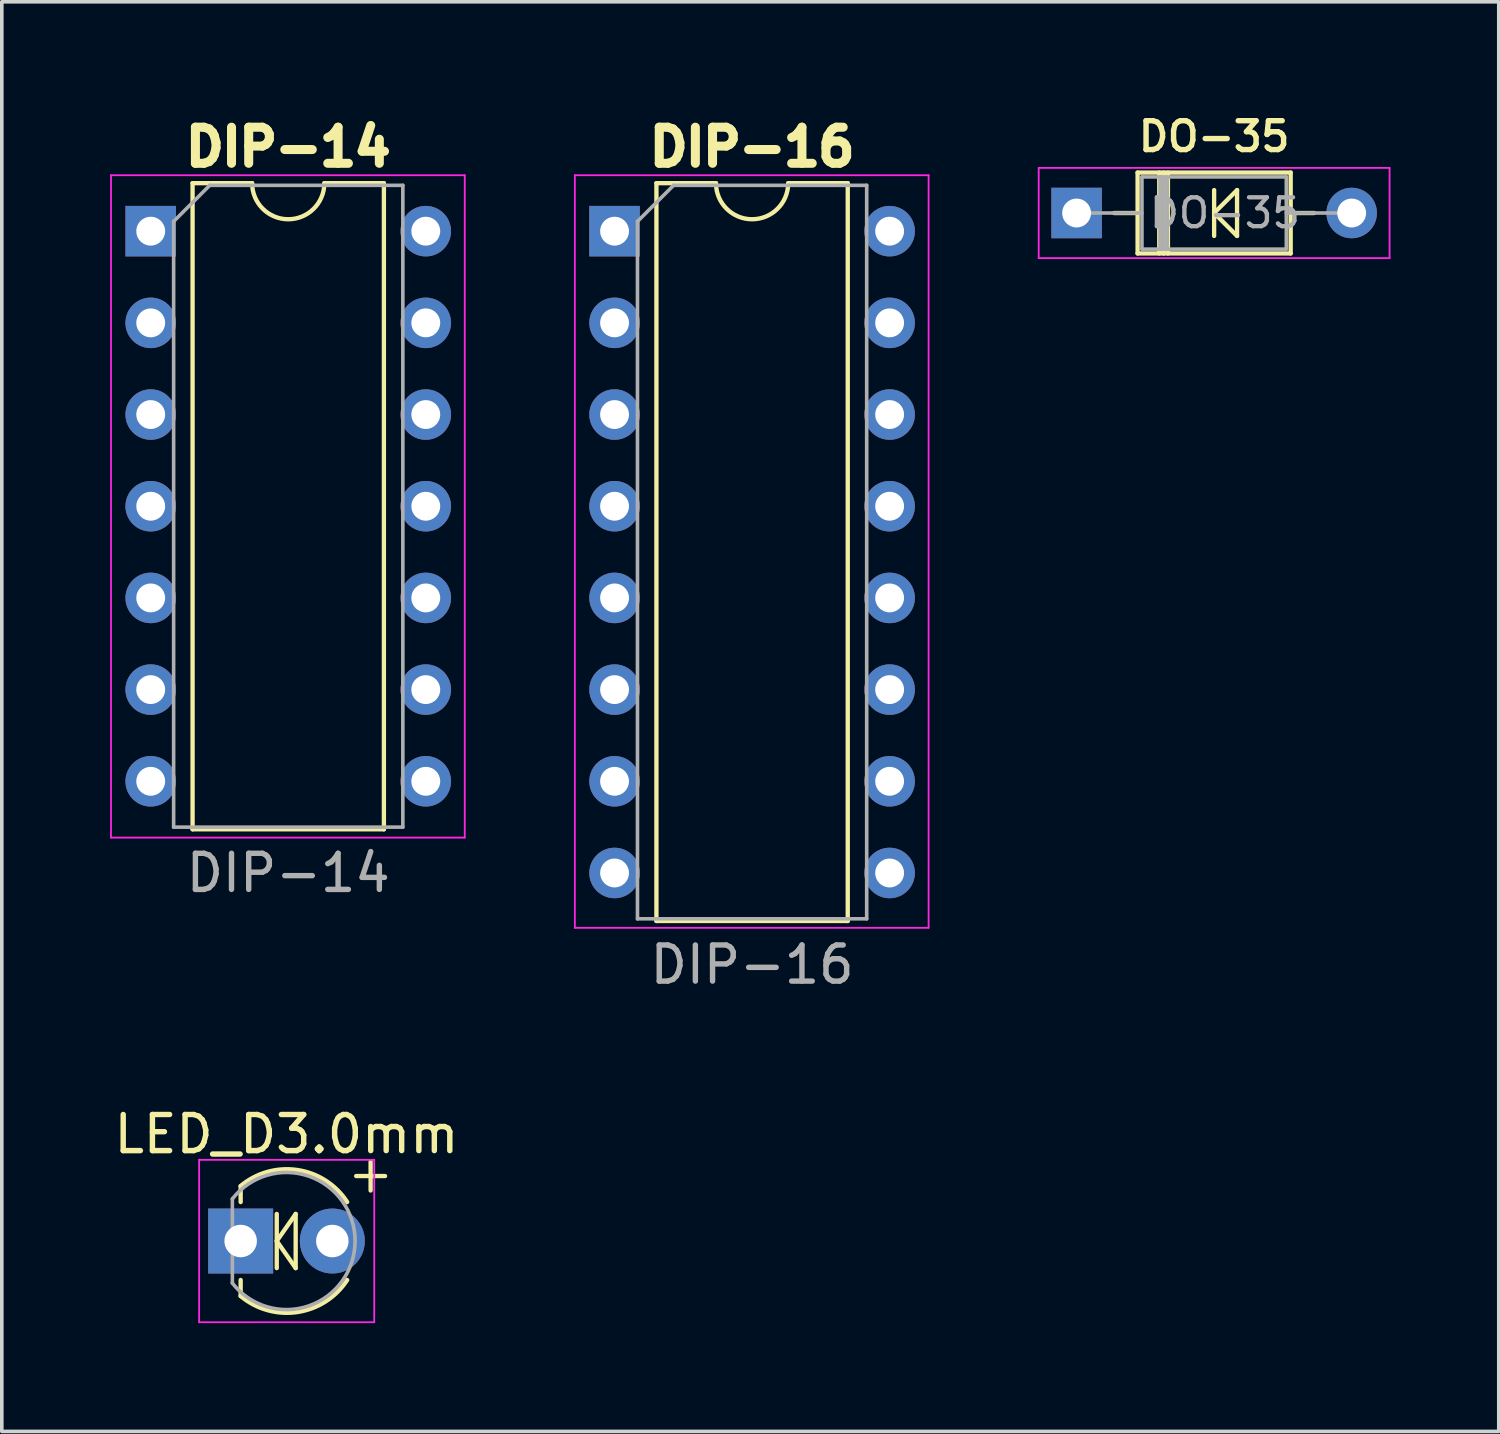
<source format=kicad_pcb>
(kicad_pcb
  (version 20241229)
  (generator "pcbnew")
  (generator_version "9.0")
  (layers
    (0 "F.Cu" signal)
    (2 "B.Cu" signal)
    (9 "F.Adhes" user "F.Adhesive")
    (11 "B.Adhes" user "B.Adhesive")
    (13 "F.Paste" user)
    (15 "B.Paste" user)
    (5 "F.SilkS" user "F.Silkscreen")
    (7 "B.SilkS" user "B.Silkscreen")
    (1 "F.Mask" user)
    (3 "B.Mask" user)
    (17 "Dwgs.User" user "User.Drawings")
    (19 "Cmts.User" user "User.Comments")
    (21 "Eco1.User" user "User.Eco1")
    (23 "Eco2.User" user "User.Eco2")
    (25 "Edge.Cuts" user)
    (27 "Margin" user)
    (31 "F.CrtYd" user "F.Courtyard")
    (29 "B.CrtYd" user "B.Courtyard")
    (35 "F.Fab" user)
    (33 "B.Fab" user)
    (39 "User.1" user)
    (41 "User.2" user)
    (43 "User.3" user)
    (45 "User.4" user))
  (footprint "DIP-16"
    (layer "F.Cu")
    (at 13.975 3.354)
    (property "Reference" "DIP-16" (at 3.81 -2.33 0) (layer "F.SilkS") (effects (font (size 1 1) (thickness 0.25))))
    (attr through_hole)
    (fp_line (start 1.16 -1.33) (end 1.16 19.11) (stroke (width 0.12) (type solid)) (layer "F.SilkS"))
    (fp_line (start 1.16 19.11) (end 6.46 19.11) (stroke (width 0.12) (type solid)) (layer "F.SilkS"))
    (fp_line (start 2.81 -1.33) (end 1.16 -1.33) (stroke (width 0.12) (type solid)) (layer "F.SilkS"))
    (fp_line (start 6.46 -1.33) (end 4.81 -1.33) (stroke (width 0.12) (type solid)) (layer "F.SilkS"))
    (fp_line (start 6.46 19.11) (end 6.46 -1.33) (stroke (width 0.12) (type solid)) (layer "F.SilkS"))
    (fp_arc (start 4.81 -1.33) (mid 3.81 -0.33) (end 2.81 -1.33) (stroke (width 0.12) (type solid)) (layer "F.SilkS"))
    (fp_line (start -1.1 -1.55) (end -1.1 19.3) (stroke (width 0.05) (type solid)) (layer "F.CrtYd"))
    (fp_line (start -1.1 19.3) (end 8.7 19.3) (stroke (width 0.05) (type solid)) (layer "F.CrtYd"))
    (fp_line (start 8.7 -1.55) (end -1.1 -1.55) (stroke (width 0.05) (type solid)) (layer "F.CrtYd"))
    (fp_line (start 8.7 19.3) (end 8.7 -1.55) (stroke (width 0.05) (type solid)) (layer "F.CrtYd"))
    (fp_line (start 0.635 -0.27) (end 1.635 -1.27) (stroke (width 0.1) (type solid)) (layer "F.Fab"))
    (fp_line (start 0.635 19.05) (end 0.635 -0.27) (stroke (width 0.1) (type solid)) (layer "F.Fab"))
    (fp_line (start 1.635 -1.27) (end 6.985 -1.27) (stroke (width 0.1) (type solid)) (layer "F.Fab"))
    (fp_line (start 6.985 -1.27) (end 6.985 19.05) (stroke (width 0.1) (type solid)) (layer "F.Fab"))
    (fp_line (start 6.985 19.05) (end 0.635 19.05) (stroke (width 0.1) (type solid)) (layer "F.Fab"))
    (fp_text user "${REFERENCE}" (at 3.81 20.32 0) (layer "F.Fab") (effects (font (size 1 1) (thickness 0.15))))
    (pad "1" thru_hole rect (at 0 0) (size 1.4 1.4) (drill 0.8) (layers "*.Cu" "*.Mask"))
    (pad "2" thru_hole circle (at 0 2.54) (size 1.4 1.4) (drill 0.8) (layers "*.Cu" "*.Mask"))
    (pad "3" thru_hole circle (at 0 5.08) (size 1.4 1.4) (drill 0.8) (layers "*.Cu" "*.Mask"))
    (pad "4" thru_hole circle (at 0 7.62) (size 1.4 1.4) (drill 0.8) (layers "*.Cu" "*.Mask"))
    (pad "5" thru_hole circle (at 0 10.16) (size 1.4 1.4) (drill 0.8) (layers "*.Cu" "*.Mask"))
    (pad "6" thru_hole circle (at 0 12.7) (size 1.4 1.4) (drill 0.8) (layers "*.Cu" "*.Mask"))
    (pad "7" thru_hole circle (at 0 15.24) (size 1.4 1.4) (drill 0.8) (layers "*.Cu" "*.Mask"))
    (pad "8" thru_hole circle (at 0 17.78) (size 1.4 1.4) (drill 0.8) (layers "*.Cu" "*.Mask"))
    (pad "9" thru_hole circle (at 7.62 17.78) (size 1.4 1.4) (drill 0.8) (layers "*.Cu" "*.Mask"))
    (pad "10" thru_hole circle (at 7.62 15.24) (size 1.4 1.4) (drill 0.8) (layers "*.Cu" "*.Mask"))
    (pad "11" thru_hole circle (at 7.62 12.7) (size 1.4 1.4) (drill 0.8) (layers "*.Cu" "*.Mask"))
    (pad "12" thru_hole circle (at 7.62 10.16) (size 1.4 1.4) (drill 0.8) (layers "*.Cu" "*.Mask"))
    (pad "13" thru_hole circle (at 7.62 7.62) (size 1.4 1.4) (drill 0.8) (layers "*.Cu" "*.Mask"))
    (pad "14" thru_hole circle (at 7.62 5.08) (size 1.4 1.4) (drill 0.8) (layers "*.Cu" "*.Mask"))
    (pad "15" thru_hole circle (at 7.62 2.54) (size 1.4 1.4) (drill 0.8) (layers "*.Cu" "*.Mask"))
    (pad "16" thru_hole circle (at 7.62 0) (size 1.4 1.4) (drill 0.8) (layers "*.Cu" "*.Mask")))
  (footprint "DIP-14"
    (layer "F.Cu")
    (at 1.125 3.354)
    (property "Reference" "DIP-14" (at 3.81 -2.33 0) (layer "F.SilkS") (effects (font (size 1 1) (thickness 0.25))))
    (attr through_hole)
    (fp_line (start 1.16 -1.33) (end 1.16 16.57) (stroke (width 0.12) (type solid)) (layer "F.SilkS"))
    (fp_line (start 1.16 16.57) (end 6.46 16.57) (stroke (width 0.12) (type solid)) (layer "F.SilkS"))
    (fp_line (start 2.81 -1.33) (end 1.16 -1.33) (stroke (width 0.12) (type solid)) (layer "F.SilkS"))
    (fp_line (start 6.46 -1.33) (end 4.81 -1.33) (stroke (width 0.12) (type solid)) (layer "F.SilkS"))
    (fp_line (start 6.46 16.57) (end 6.46 -1.33) (stroke (width 0.12) (type solid)) (layer "F.SilkS"))
    (fp_arc (start 4.81 -1.33) (mid 3.81 -0.33) (end 2.81 -1.33) (stroke (width 0.12) (type solid)) (layer "F.SilkS"))
    (fp_line (start -1.1 -1.55) (end -1.1 16.8) (stroke (width 0.05) (type solid)) (layer "F.CrtYd"))
    (fp_line (start -1.1 16.8) (end 8.7 16.8) (stroke (width 0.05) (type solid)) (layer "F.CrtYd"))
    (fp_line (start 8.7 -1.55) (end -1.1 -1.55) (stroke (width 0.05) (type solid)) (layer "F.CrtYd"))
    (fp_line (start 8.7 16.8) (end 8.7 -1.55) (stroke (width 0.05) (type solid)) (layer "F.CrtYd"))
    (fp_line (start 0.635 -0.27) (end 1.635 -1.27) (stroke (width 0.1) (type solid)) (layer "F.Fab"))
    (fp_line (start 0.635 16.51) (end 0.635 -0.27) (stroke (width 0.1) (type solid)) (layer "F.Fab"))
    (fp_line (start 1.635 -1.27) (end 6.985 -1.27) (stroke (width 0.1) (type solid)) (layer "F.Fab"))
    (fp_line (start 6.985 -1.27) (end 6.985 16.51) (stroke (width 0.1) (type solid)) (layer "F.Fab"))
    (fp_line (start 6.985 16.51) (end 0.635 16.51) (stroke (width 0.1) (type solid)) (layer "F.Fab"))
    (fp_text user "${REFERENCE}" (at 3.81 17.78 0) (layer "F.Fab") (effects (font (size 1 1) (thickness 0.15))))
    (pad "1" thru_hole rect (at 0 0) (size 1.4 1.4) (drill 0.8) (layers "*.Cu" "*.Mask"))
    (pad "2" thru_hole circle (at 0 2.54) (size 1.4 1.4) (drill 0.8) (layers "*.Cu" "*.Mask"))
    (pad "3" thru_hole circle (at 0 5.08) (size 1.4 1.4) (drill 0.8) (layers "*.Cu" "*.Mask"))
    (pad "4" thru_hole circle (at 0 7.62) (size 1.4 1.4) (drill 0.8) (layers "*.Cu" "*.Mask"))
    (pad "5" thru_hole circle (at 0 10.16) (size 1.4 1.4) (drill 0.8) (layers "*.Cu" "*.Mask"))
    (pad "6" thru_hole circle (at 0 12.7) (size 1.4 1.4) (drill 0.8) (layers "*.Cu" "*.Mask"))
    (pad "7" thru_hole circle (at 0 15.24) (size 1.4 1.4) (drill 0.8) (layers "*.Cu" "*.Mask"))
    (pad "8" thru_hole circle (at 7.62 15.24) (size 1.4 1.4) (drill 0.8) (layers "*.Cu" "*.Mask"))
    (pad "9" thru_hole circle (at 7.62 12.7) (size 1.4 1.4) (drill 0.8) (layers "*.Cu" "*.Mask"))
    (pad "10" thru_hole circle (at 7.62 10.16) (size 1.4 1.4) (drill 0.8) (layers "*.Cu" "*.Mask"))
    (pad "11" thru_hole circle (at 7.62 7.62) (size 1.4 1.4) (drill 0.8) (layers "*.Cu" "*.Mask"))
    (pad "12" thru_hole circle (at 7.62 5.08) (size 1.4 1.4) (drill 0.8) (layers "*.Cu" "*.Mask"))
    (pad "13" thru_hole circle (at 7.62 2.54) (size 1.4 1.4) (drill 0.8) (layers "*.Cu" "*.Mask"))
    (pad "14" thru_hole circle (at 7.62 0) (size 1.4 1.4) (drill 0.8) (layers "*.Cu" "*.Mask")))
  (footprint "DO-35"
    (layer "F.Cu")
    (at 26.775 2.851)
    (property "Reference" "DO-35" (at 3.81 -2.12 0) (layer "F.SilkS") (effects (font (size 0.8 0.8) (thickness 0.15))))
    (attr through_hole)
    (fp_line (start 1.04 0) (end 1.69 0) (stroke (width 0.12) (type solid)) (layer "F.SilkS"))
    (fp_line (start 1.69 -1.12) (end 1.69 1.12) (stroke (width 0.12) (type solid)) (layer "F.SilkS"))
    (fp_line (start 1.69 1.12) (end 5.93 1.12) (stroke (width 0.12) (type solid)) (layer "F.SilkS"))
    (fp_line (start 2.29 -1.12) (end 2.29 1.12) (stroke (width 0.12) (type solid)) (layer "F.SilkS"))
    (fp_line (start 2.41 -1.12) (end 2.41 1.12) (stroke (width 0.12) (type solid)) (layer "F.SilkS"))
    (fp_line (start 2.53 -1.12) (end 2.53 1.12) (stroke (width 0.12) (type solid)) (layer "F.SilkS"))
    (fp_line (start 3.81 -0.635) (end 3.81 0.635) (stroke (width 0.12) (type solid)) (layer "F.SilkS"))
    (fp_line (start 3.81 0) (end 4.445 -0.635) (stroke (width 0.12) (type solid)) (layer "F.SilkS"))
    (fp_line (start 4.445 -0.635) (end 4.445 0.635) (stroke (width 0.12) (type solid)) (layer "F.SilkS"))
    (fp_line (start 4.445 0.635) (end 3.81 0) (stroke (width 0.12) (type solid)) (layer "F.SilkS"))
    (fp_line (start 5.93 -1.12) (end 1.69 -1.12) (stroke (width 0.12) (type solid)) (layer "F.SilkS"))
    (fp_line (start 5.93 1.12) (end 5.93 -1.12) (stroke (width 0.12) (type solid)) (layer "F.SilkS"))
    (fp_line (start 6.58 0) (end 5.93 0) (stroke (width 0.12) (type solid)) (layer "F.SilkS"))
    (fp_line (start -1.05 -1.25) (end -1.05 1.25) (stroke (width 0.05) (type solid)) (layer "F.CrtYd"))
    (fp_line (start -1.05 1.25) (end 8.67 1.25) (stroke (width 0.05) (type solid)) (layer "F.CrtYd"))
    (fp_line (start 8.67 -1.25) (end -1.05 -1.25) (stroke (width 0.05) (type solid)) (layer "F.CrtYd"))
    (fp_line (start 8.67 1.25) (end 8.67 -1.25) (stroke (width 0.05) (type solid)) (layer "F.CrtYd"))
    (fp_line (start 0 0) (end 1.81 0) (stroke (width 0.1) (type solid)) (layer "F.Fab"))
    (fp_line (start 1.81 -1) (end 1.81 1) (stroke (width 0.1) (type solid)) (layer "F.Fab"))
    (fp_line (start 1.81 1) (end 5.81 1) (stroke (width 0.1) (type solid)) (layer "F.Fab"))
    (fp_line (start 2.31 -1) (end 2.31 1) (stroke (width 0.1) (type solid)) (layer "F.Fab"))
    (fp_line (start 2.41 -1) (end 2.41 1) (stroke (width 0.1) (type solid)) (layer "F.Fab"))
    (fp_line (start 2.51 -1) (end 2.51 1) (stroke (width 0.1) (type solid)) (layer "F.Fab"))
    (fp_line (start 5.81 -1) (end 1.81 -1) (stroke (width 0.1) (type solid)) (layer "F.Fab"))
    (fp_line (start 5.81 1) (end 5.81 -1) (stroke (width 0.1) (type solid)) (layer "F.Fab"))
    (fp_line (start 7.62 0) (end 5.81 0) (stroke (width 0.1) (type solid)) (layer "F.Fab"))
    (fp_text user "${REFERENCE}" (at 4.11 0 0) (layer "F.Fab") (effects (font (size 0.8 0.8) (thickness 0.12))))
    (pad "1" thru_hole rect (at 0 0) (size 1.4 1.4) (drill 0.8) (layers "*.Cu" "*.Mask"))
    (pad "2" thru_hole circle (at 7.62 0) (size 1.4 1.4) (drill 0.8) (layers "*.Cu" "*.Mask")))
  (footprint "LED_D3.0mm"
    (layer "F.Cu")
    (at 3.617 31.33)
    (property "Reference" "LED_D3.0mm" (at 1.27 -2.96 0) (layer "F.SilkS") (effects (font (size 1 1) (thickness 0.15))))
    (attr through_hole)
    (fp_line (start 0 -1.524) (end 0 -1.08) (stroke (width 0.12) (type solid)) (layer "F.SilkS"))
    (fp_line (start 0 1.08) (end 0 1.524) (stroke (width 0.12) (type solid)) (layer "F.SilkS"))
    (fp_line (start 1 0) (end 1.524 0.75) (stroke (width 0.12) (type solid)) (layer "F.SilkS"))
    (fp_line (start 1 0.75) (end 1 -0.75) (stroke (width 0.12) (type solid)) (layer "F.SilkS"))
    (fp_line (start 1.524 -0.75) (end 1 0) (stroke (width 0.12) (type solid)) (layer "F.SilkS"))
    (fp_line (start 1.524 0.75) (end 1.524 -0.75) (stroke (width 0.12) (type solid)) (layer "F.SilkS"))
    (fp_line (start 3.2 -1.8) (end 4 -1.8) (stroke (width 0.12) (type solid)) (layer "F.SilkS"))
    (fp_line (start 3.6 -2.2) (end 3.6 -1.4) (stroke (width 0.12) (type solid)) (layer "F.SilkS"))
    (fp_arc (start 0 -1.524) (mid 1.57512 -1.967213) (end 2.95 -1.08) (stroke (width 0.12) (type solid)) (layer "F.SilkS"))
    (fp_arc (start 2.95 1.08) (mid 1.57512 1.967213) (end 0 1.524) (stroke (width 0.12) (type solid)) (layer "F.SilkS"))
    (fp_line (start -1.15 -2.25) (end -1.15 2.25) (stroke (width 0.05) (type solid)) (layer "F.CrtYd"))
    (fp_line (start -1.15 2.25) (end 3.7 2.25) (stroke (width 0.05) (type solid)) (layer "F.CrtYd"))
    (fp_line (start 3.7 -2.25) (end -1.15 -2.25) (stroke (width 0.05) (type solid)) (layer "F.CrtYd"))
    (fp_line (start 3.7 2.25) (end 3.7 -2.25) (stroke (width 0.05) (type solid)) (layer "F.CrtYd"))
    (fp_line (start -0.23 -1.166) (end -0.23 1.166) (stroke (width 0.1) (type solid)) (layer "F.Fab"))
    (fp_arc (start -0.23 -1.16619) (mid 3.17 0.000452) (end -0.230555 1.165476) (stroke (width 0.1) (type solid)) (layer "F.Fab"))
    (pad "1" thru_hole rect (at 0 0) (size 1.8 1.8) (drill 0.9) (layers "*.Cu" "*.Mask"))
    (pad "2" thru_hole circle (at 2.54 0) (size 1.8 1.8) (drill 0.9) (layers "*.Cu" "*.Mask")))
  (gr_rect
    (start -3 -3)
    (end 38.47 36.605)
    (stroke (width 0.1) (type default))
    (fill no)
    (layer "Edge.Cuts")))
</source>
